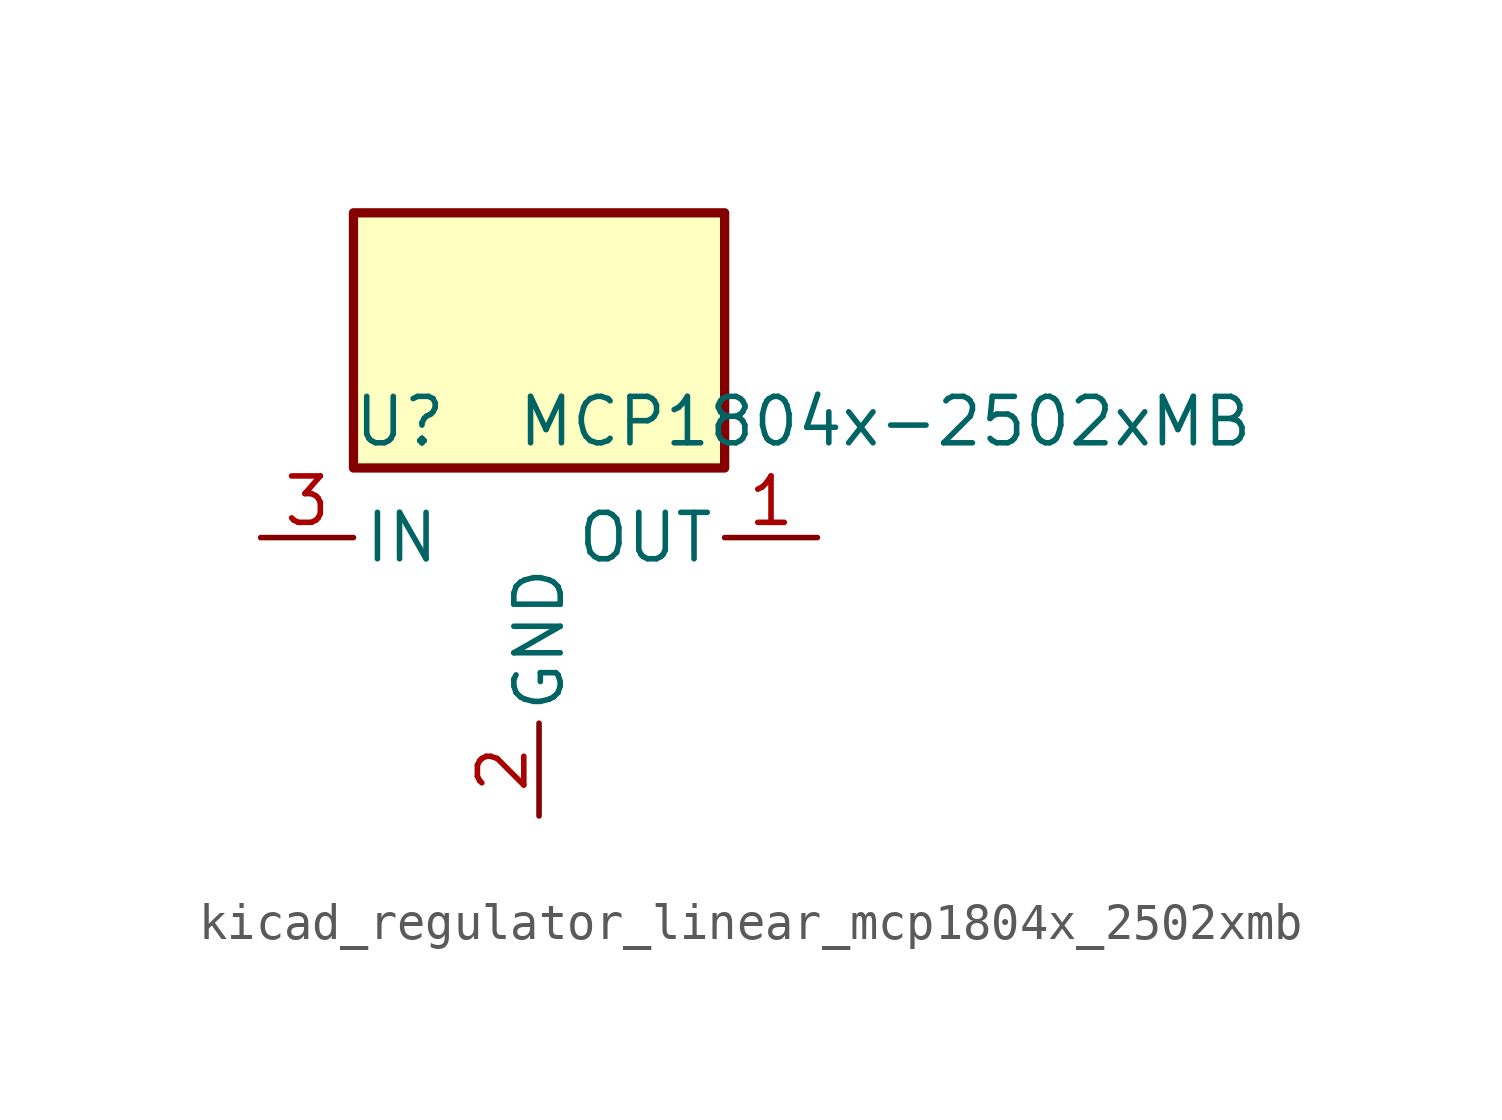
<source format=kicad_sym>
(kicad_symbol_lib
  (version 20220914)
  (generator kicad_symbol_editor)
  (symbol "kicad_regulator_linear_mcp1804x_2502xmb"
    (pin_names
      (offset 0.254))
    (property "Reference" "U"
      (at -3.81 3.175 0)
      (effects (font (size 1.27 1.27))))
    (property "Value" "MCP1804x-2502xMB"
      (at -0.635 3.175 0)
      (effects (font (size 1.27 1.27)) (justify left)))
    (symbol "kicad_regulator_linear_mcp1804x_2502xmb_0_1"
      (rectangle (start 5.08 8.89) (end -5.08 1.905) (stroke (width 0.254) (type default)) (fill (type background))))
    (symbol "kicad_regulator_linear_mcp1804x_2502xmb_1_1"
      (pin power_out line (at 7.62 0 180) (length 2.54) (name "OUT" (effects (font (size 1.27 1.27)))) (number "1" (effects (font (size 1.27 1.27)))))
      (pin power_in line (at 0 -7.62 90) (length 2.54) (name "GND" (effects (font (size 1.27 1.27)))) (number "2" (effects (font (size 1.27 1.27)))))
      (pin power_in line (at -7.62 0 0) (length 2.54) (name "IN" (effects (font (size 1.27 1.27)))) (number "3" (effects (font (size 1.27 1.27))))))))
</source>
